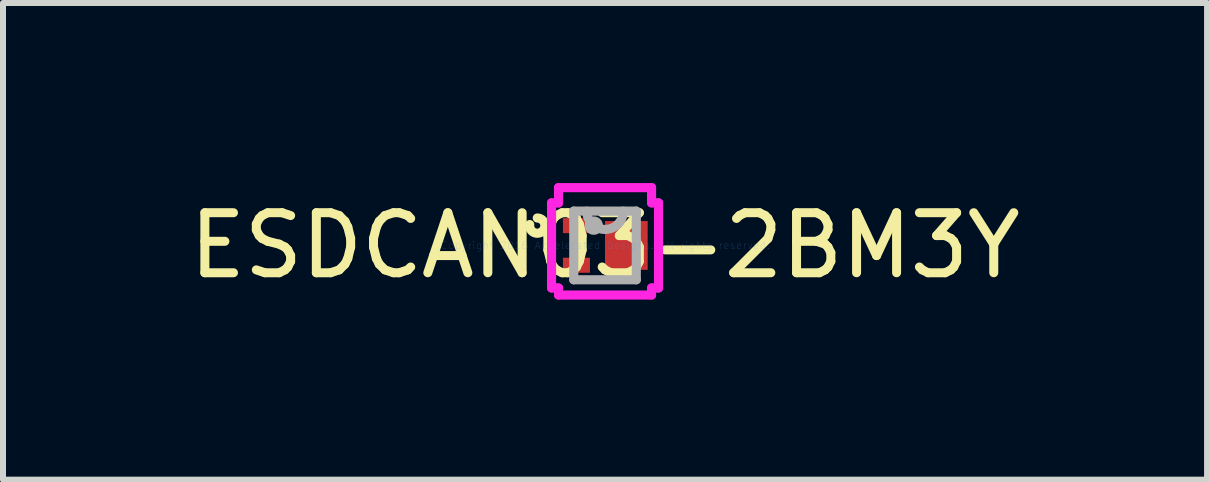
<source format=kicad_pcb>
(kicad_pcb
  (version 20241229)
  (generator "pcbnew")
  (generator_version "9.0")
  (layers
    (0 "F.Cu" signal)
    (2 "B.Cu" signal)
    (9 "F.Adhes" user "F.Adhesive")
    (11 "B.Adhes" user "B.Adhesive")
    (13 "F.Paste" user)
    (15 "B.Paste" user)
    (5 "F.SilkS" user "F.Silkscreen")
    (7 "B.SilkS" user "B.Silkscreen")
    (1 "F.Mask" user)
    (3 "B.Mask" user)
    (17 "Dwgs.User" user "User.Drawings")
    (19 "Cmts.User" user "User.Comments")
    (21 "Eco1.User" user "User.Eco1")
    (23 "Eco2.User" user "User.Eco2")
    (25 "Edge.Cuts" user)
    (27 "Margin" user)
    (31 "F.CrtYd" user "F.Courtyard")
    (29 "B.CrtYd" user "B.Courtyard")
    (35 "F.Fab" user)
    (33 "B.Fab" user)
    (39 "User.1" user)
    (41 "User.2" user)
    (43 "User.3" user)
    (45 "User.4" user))
  (footprint "ESDCAN03-2BM3Y"
    (layer "F.Cu")
    (at 7.03 1.039)
    (property "Reference" "ESDCAN03-2BM3Y" (at 0 0 0) (layer "F.SilkS") (effects (font (size 1 1) (thickness 0.15))))
    (attr through_hole)
    (fp_arc (start -1.1291 -0.457) (mid -1.045793 -0.234141) (end -1.254859 -0.347708) (stroke (width 0.1524) (type solid)) (layer "F.SilkS"))
    (fp_line (start -0.891 -0.709) (end -0.775 -0.709) (stroke (width 0.152) (type solid)) (layer "F.CrtYd"))
    (fp_line (start -0.891 0.709) (end -0.891 -0.709) (stroke (width 0.152) (type solid)) (layer "F.CrtYd"))
    (fp_line (start -0.891 0.709) (end -0.775 0.709) (stroke (width 0.152) (type solid)) (layer "F.CrtYd"))
    (fp_line (start -0.775 -0.963) (end 0.775 -0.963) (stroke (width 0.152) (type solid)) (layer "F.CrtYd"))
    (fp_line (start -0.775 -0.709) (end -0.775 -0.963) (stroke (width 0.152) (type solid)) (layer "F.CrtYd"))
    (fp_line (start -0.775 0.826) (end -0.775 0.709) (stroke (width 0.152) (type solid)) (layer "F.CrtYd"))
    (fp_line (start 0.775 -0.963) (end 0.775 -0.709) (stroke (width 0.152) (type solid)) (layer "F.CrtYd"))
    (fp_line (start 0.775 0.709) (end 0.775 0.826) (stroke (width 0.152) (type solid)) (layer "F.CrtYd"))
    (fp_line (start 0.775 0.826) (end -0.775 0.826) (stroke (width 0.152) (type solid)) (layer "F.CrtYd"))
    (fp_line (start 0.891 -0.709) (end 0.775 -0.709) (stroke (width 0.152) (type solid)) (layer "F.CrtYd"))
    (fp_line (start 0.891 -0.709) (end 0.891 0.709) (stroke (width 0.152) (type solid)) (layer "F.CrtYd"))
    (fp_line (start 0.891 0.709) (end 0.775 0.709) (stroke (width 0.152) (type solid)) (layer "F.CrtYd"))
    (fp_line (start -0.521 -0.572) (end -0.521 0.572) (stroke (width 0.152) (type solid)) (layer "F.Fab"))
    (fp_line (start -0.521 0.572) (end 0.521 0.572) (stroke (width 0.152) (type solid)) (layer "F.Fab"))
    (fp_line (start 0.521 -0.572) (end -0.521 -0.572) (stroke (width 0.152) (type solid)) (layer "F.Fab"))
    (fp_line (start 0.521 0.572) (end 0.521 -0.572) (stroke (width 0.152) (type solid)) (layer "F.Fab"))
    (fp_arc (start 0.3048 -0.5715) (mid 0 -0.2667) (end -0.3048 -0.5715) (stroke (width 0.1524) (type solid)) (layer "F.Fab"))
    (fp_circle (center -0.188 -0.33) (end -0.111 -0.33) (stroke (width 0.152) (type solid)) (fill no) (layer "F.Fab"))
    (fp_text user "Copyright 2016 Accelerated Designs. All rights reserved." (at 0 0 0) (layer "Cmts.User") (effects (font (size 0.127 0.127) (thickness 0.002))))
    (pad "1" smd rect (at -0.476 -0.33) (size 0.45 0.25) (layers "F.Cu" "F.Mask" "F.Paste"))
    (pad "2" smd rect (at -0.476 0.33) (size 0.45 0.25) (layers "F.Cu" "F.Mask" "F.Paste"))
    (pad "3" smd rect (at 0.355 0) (size 0.711 0.813) (layers "F.Cu" "F.Mask" "F.Paste")))
  (gr_rect
    (start -3 -3)
    (end 17.06 4.941)
    (stroke (width 0.1) (type default))
    (fill no)
    (layer "Edge.Cuts")))
</source>
